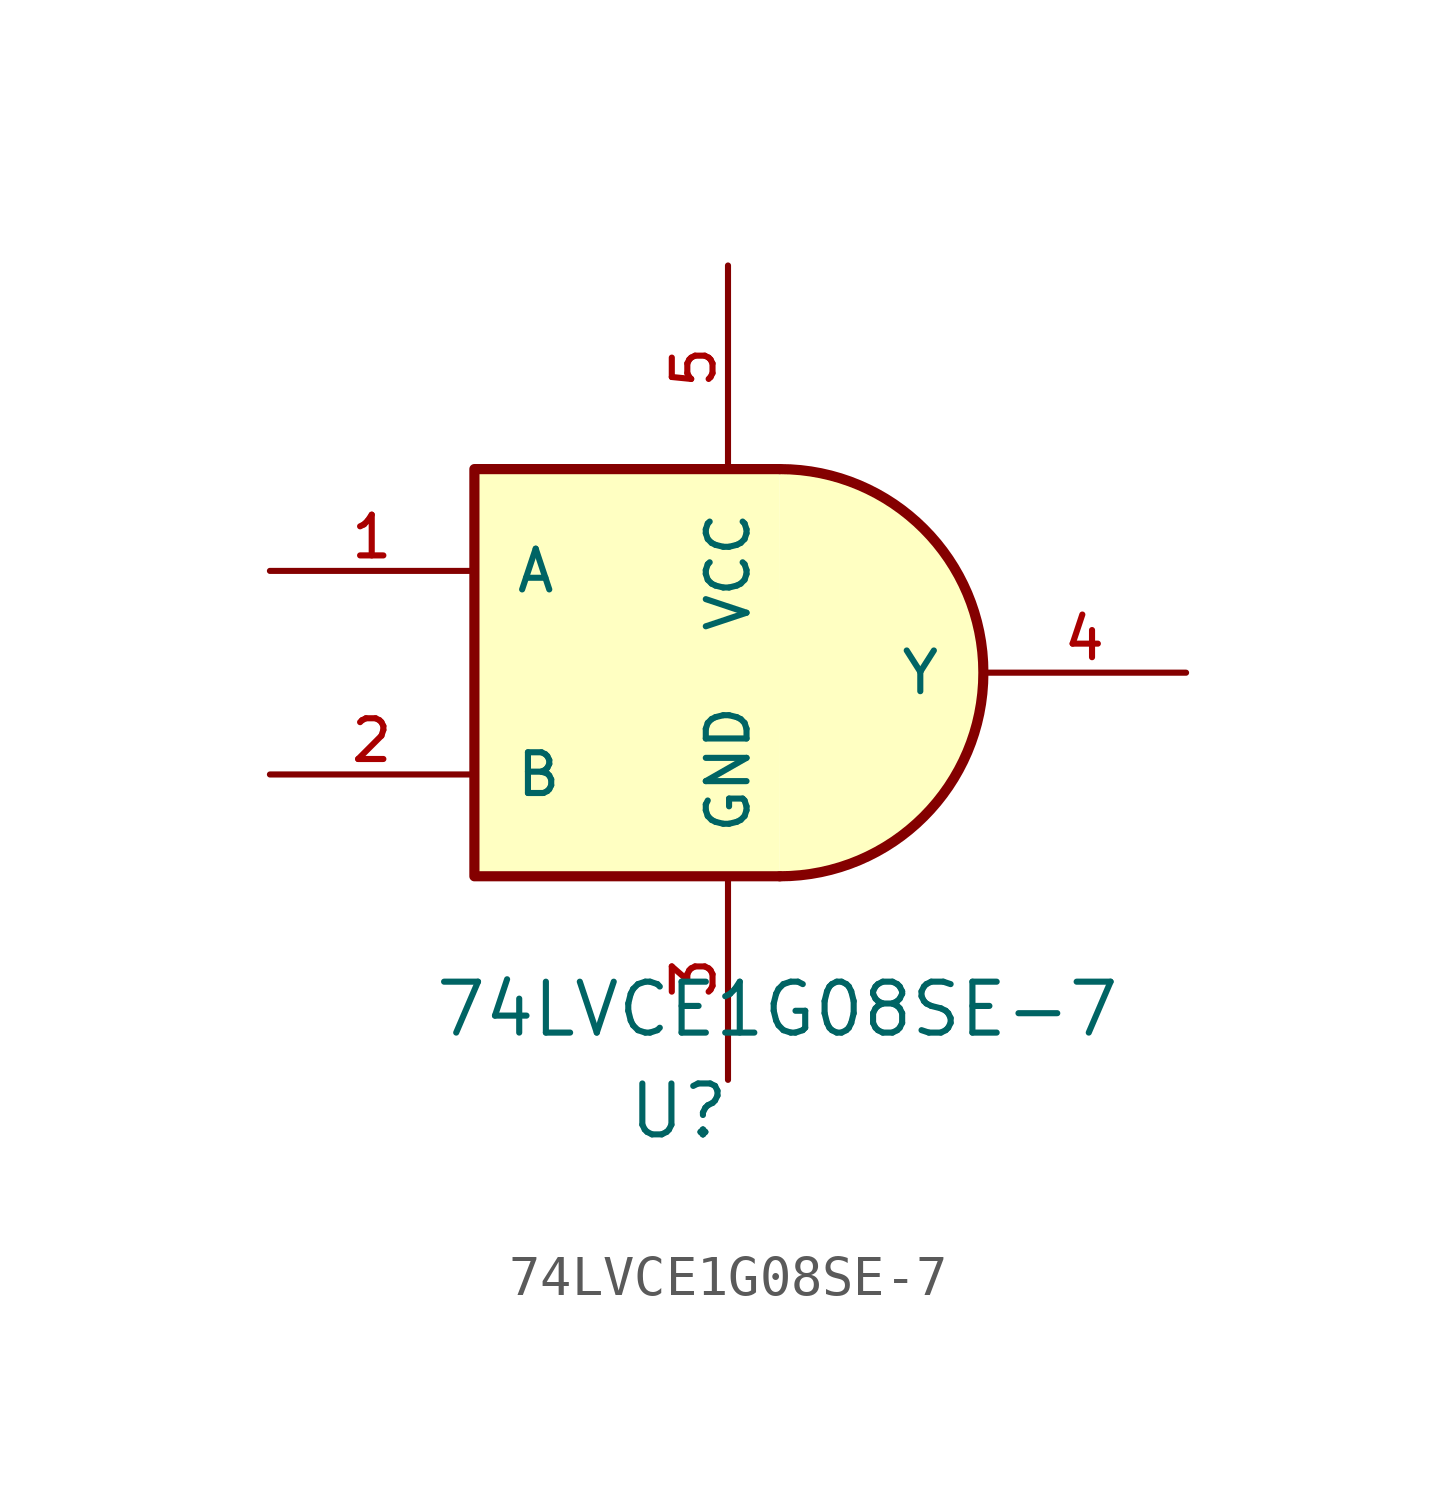
<source format=kicad_sym>
(kicad_symbol_lib
  (version 20231120)
  (generator "kicad_symbol_editor")
  (generator_version "8.0")
  (symbol "74LVCE1G08SE-7"
    (pin_names
      (offset 1.016))
    (property "Reference" "U"
      (at -2.54 -11.684 0)
      (effects (font (size 1.27 1.27)) (justify left bottom)))
    (property "Value" "74LVCE1G08SE-7"
      (at -7.366 -9.144 0)
      (effects (font (size 1.27 1.27)) (justify left bottom)))
    (symbol "74LVCE1G08SE-7_0_0"
      (pin input line (at -11.43 2.54 0) (length 5.08) (name "A" (effects (font (size 1.016 1.016)))) (number "1" (effects (font (size 1.016 1.016)))))
      (pin input line (at -11.43 -2.54 0) (length 5.08) (name "B" (effects (font (size 1.016 1.016)))) (number "2" (effects (font (size 1.016 1.016)))))
      (pin passive line (at 0 -10.16 90) (length 5.08) (name "GND" (effects (font (size 1.016 1.016)))) (number "3" (effects (font (size 1.016 1.016)))))
      (pin output line (at 11.43 0 180) (length 5.08) (name "Y" (effects (font (size 1.016 1.016)))) (number "4" (effects (font (size 1.016 1.016)))))
      (pin power_in line (at 0 10.16 270) (length 5.08) (name "VCC" (effects (font (size 1.016 1.016)))) (number "5" (effects (font (size 1.016 1.016))))))
    (symbol "74LVCE1G08SE-7_0_1"
      (polyline (pts (xy 1.292 -5.08) (xy -6.328 -5.08) (xy -6.328 5.08) (xy 1.292 5.08)) (stroke (width 0.254) (type default)) (fill (type background)))
      (arc (start 1.2921 -5.08) (mid 6.35 0) (end 1.2921 5.08) (stroke (width 0.254) (type default)) (fill (type background))))))
</source>
